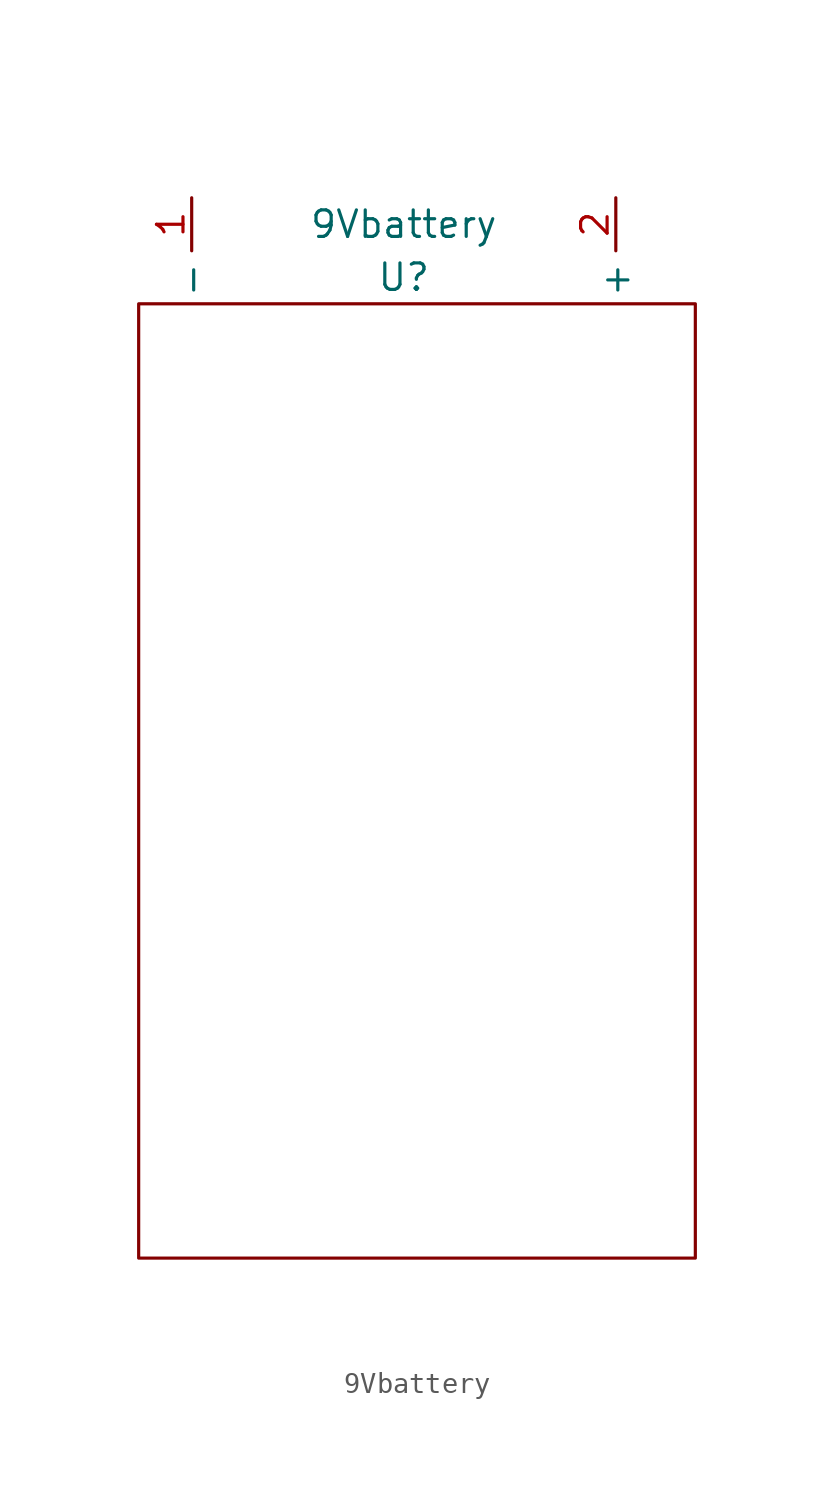
<source format=kicad_sym>
(kicad_symbol_lib
  (version 20211014)
  (generator kicad_symbol_editor)
  (symbol "9Vbattery"
    (property "Reference" "U"
      (at 0 0 0)
      (effects (font (size 1.27 1.27))))
    (property "Value" "9Vbattery"
      (at 0 2.54 0)
      (effects (font (size 1.27 1.27))))
    (symbol "9Vbattery_0_1"
      (rectangle (start -12.7 -1.27) (end 13.97 -46.99) (stroke (width 0) (type default) (color 0 0 0 0)) (fill (type none))))
    (symbol "9Vbattery_1_1"
      (pin input line (at -10.16 3.81 270) (length 2.54) (name "-" (effects (font (size 1.27 1.27)))) (number "1" (effects (font (size 1.27 1.27)))))
      (pin input line (at 10.16 3.81 270) (length 2.54) (name "+" (effects (font (size 1.27 1.27)))) (number "2" (effects (font (size 1.27 1.27))))))))
</source>
